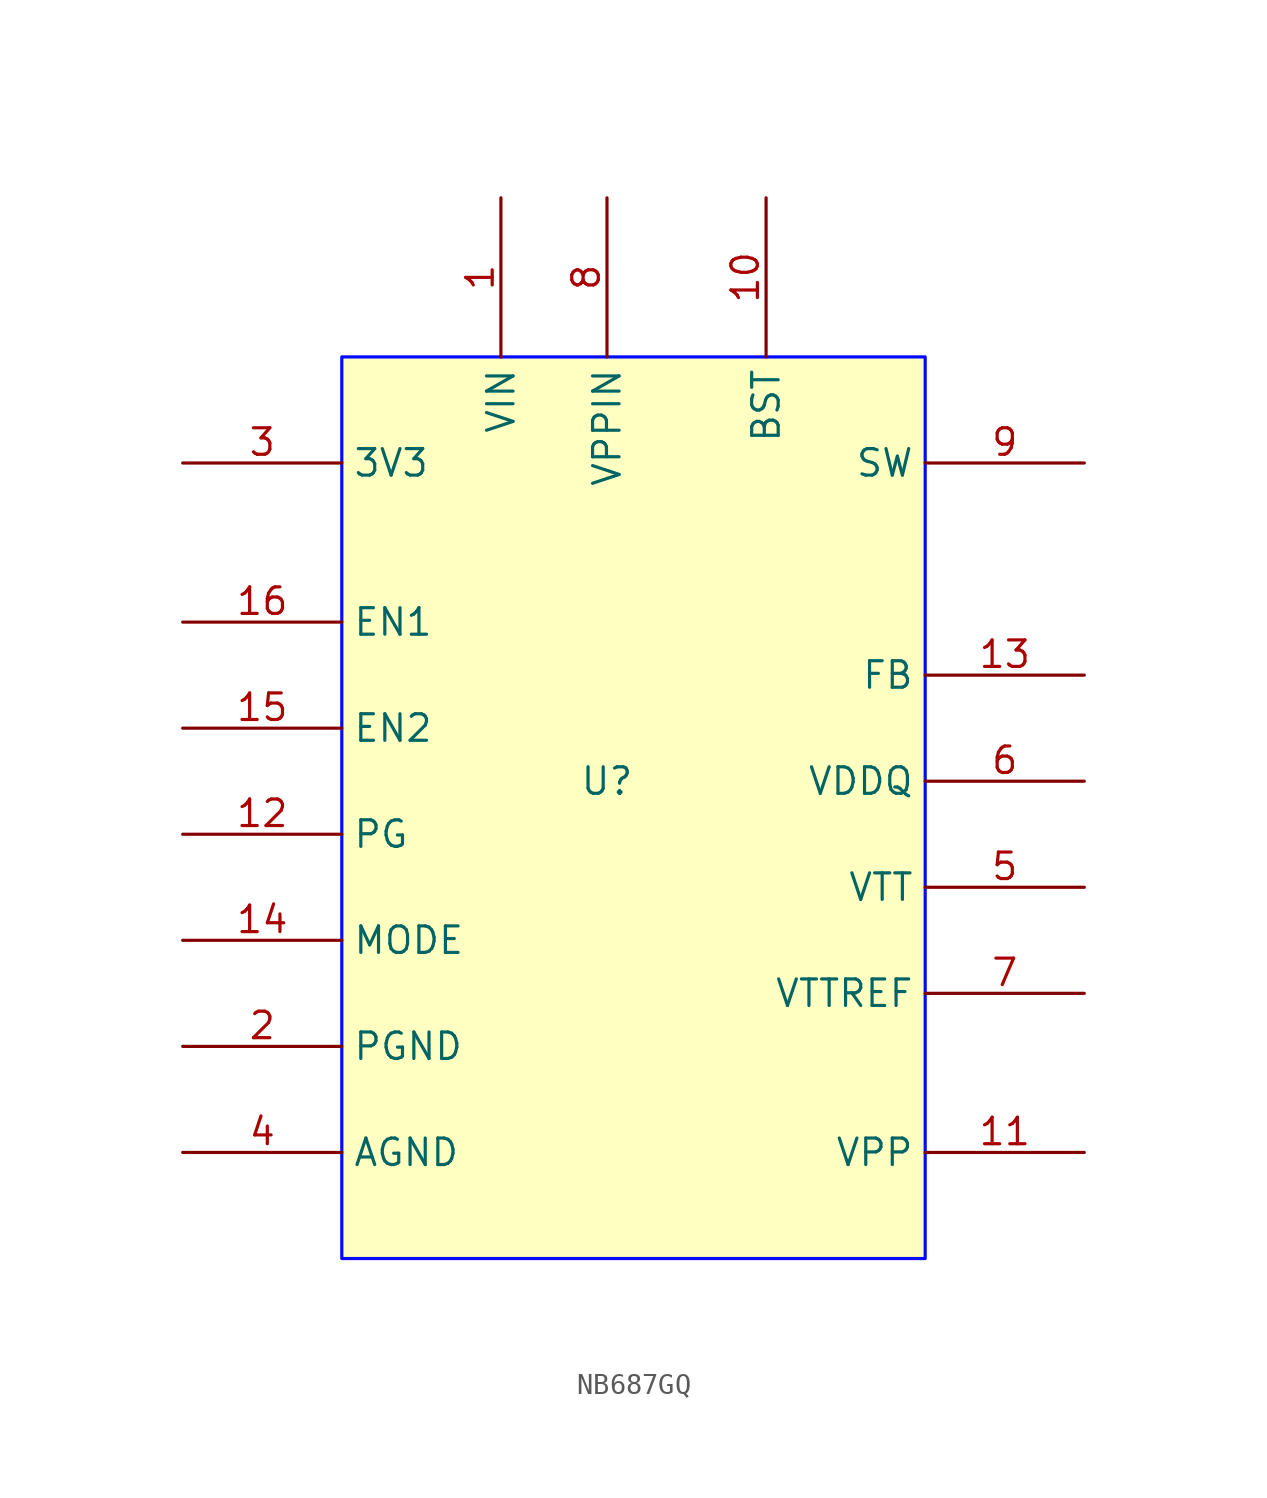
<source format=kicad_sym>
(kicad_symbol_lib
  (version 20241209)
  (generator "kicad_symbol_editor")
  (generator_version "9.0")
  (symbol "NB687GQ"
    (property "Reference" "U"
      (at 0 0 0)
      (effects (font (size 1.27 1.27))))
    (property "Value" ""
      (at 0 0 0)
      (effects (font (size 1.27 1.27))))
    (symbol "NB687GQ_1_0"
      (rectangle (start 15.24 20.32) (end -12.7 -22.86) (stroke (width 0) (type solid) (color 0 11 255 1)) (fill (type background)))
      (pin passive line (at -20.32 15.24 0) (length 7.62) (name "3V3" (effects (font (size 1.27 1.27)))) (number "3" (effects (font (size 1.27 1.27)))))
      (pin passive line (at -20.32 7.62 0) (length 7.62) (name "EN1" (effects (font (size 1.27 1.27)))) (number "16" (effects (font (size 1.27 1.27)))))
      (pin passive line (at -20.32 2.54 0) (length 7.62) (name "EN2" (effects (font (size 1.27 1.27)))) (number "15" (effects (font (size 1.27 1.27)))))
      (pin passive line (at -20.32 -2.54 0) (length 7.62) (name "PG" (effects (font (size 1.27 1.27)))) (number "12" (effects (font (size 1.27 1.27)))))
      (pin passive line (at -20.32 -7.62 0) (length 7.62) (name "MODE" (effects (font (size 1.27 1.27)))) (number "14" (effects (font (size 1.27 1.27)))))
      (pin passive line (at -20.32 -12.7 0) (length 7.62) (name "PGND" (effects (font (size 1.27 1.27)))) (number "2" (effects (font (size 1.27 1.27)))))
      (pin passive line (at -20.32 -17.78 0) (length 7.62) (name "AGND" (effects (font (size 1.27 1.27)))) (number "4" (effects (font (size 1.27 1.27)))))
      (pin passive line (at -5.08 27.94 270) (length 7.62) (name "VIN" (effects (font (size 1.27 1.27)))) (number "1" (effects (font (size 1.27 1.27)))))
      (pin passive line (at 0 27.94 270) (length 7.62) (name "VPPIN" (effects (font (size 1.27 1.27)))) (number "8" (effects (font (size 1.27 1.27)))))
      (pin passive line (at 7.62 27.94 270) (length 7.62) (name "BST" (effects (font (size 1.27 1.27)))) (number "10" (effects (font (size 1.27 1.27)))))
      (pin passive line (at 22.86 15.24 180) (length 7.62) (name "SW" (effects (font (size 1.27 1.27)))) (number "9" (effects (font (size 1.27 1.27)))))
      (pin passive line (at 22.86 5.08 180) (length 7.62) (name "FB" (effects (font (size 1.27 1.27)))) (number "13" (effects (font (size 1.27 1.27)))))
      (pin passive line (at 22.86 0 180) (length 7.62) (name "VDDQ" (effects (font (size 1.27 1.27)))) (number "6" (effects (font (size 1.27 1.27)))))
      (pin passive line (at 22.86 -5.08 180) (length 7.62) (name "VTT" (effects (font (size 1.27 1.27)))) (number "5" (effects (font (size 1.27 1.27)))))
      (pin passive line (at 22.86 -10.16 180) (length 7.62) (name "VTTREF" (effects (font (size 1.27 1.27)))) (number "7" (effects (font (size 1.27 1.27)))))
      (pin passive line (at 22.86 -17.78 180) (length 7.62) (name "VPP" (effects (font (size 1.27 1.27)))) (number "11" (effects (font (size 1.27 1.27))))))))
</source>
